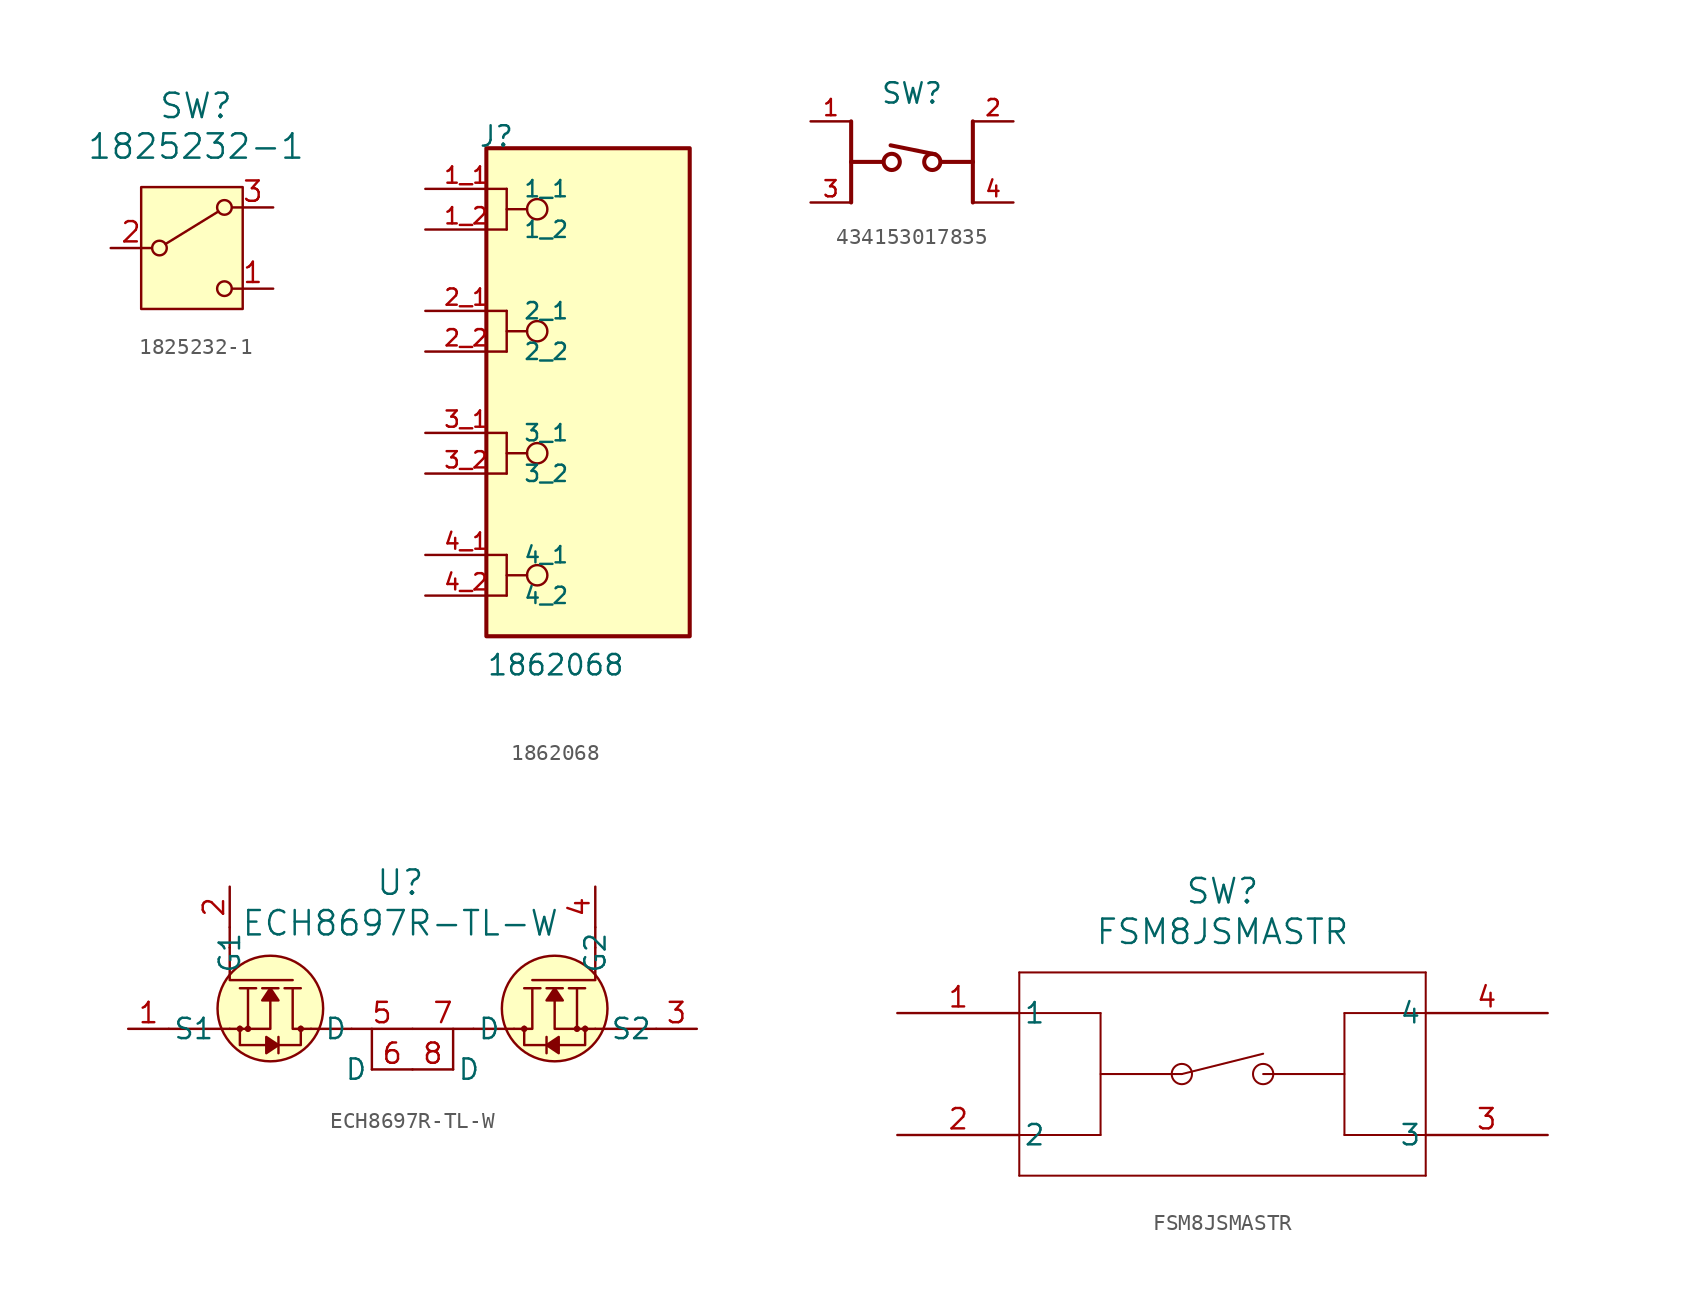
<source format=kicad_sym>
(kicad_symbol_lib
  (version 20241209)
  (generator "kicad_symbol_editor")
  (generator_version "9.0")
  (symbol "1825232-1"
    (pin_names
      (offset 0.254))
    (property "Reference" "SW"
      (at 5.334 8.89 0)
      (effects (font (size 1.524 1.524))))
    (property "Value" "1825232-1"
      (at 5.334 6.35 0)
      (effects (font (size 1.524 1.524))))
    (property "ki_locked" ""
      (at 0 0 0)
      (effects (font (size 1.27 1.27))))
    (symbol "1825232-1_0_1"
      (circle (center 3.048 0) (radius 0.457) (stroke (width 0) (type default)) (fill (type none)))
      (polyline (pts (xy 3.429 0.254) (xy 6.731 2.286)) (stroke (width 0) (type default)) (fill (type none)))
      (circle (center 7.112 2.54) (radius 0.457) (stroke (width 0) (type default)) (fill (type none)))
      (circle (center 7.112 -2.54) (radius 0.457) (stroke (width 0) (type default)) (fill (type none))))
    (symbol "1825232-1_1_1"
      (rectangle (start 1.905 3.81) (end 8.255 -3.81) (stroke (width 0) (type default)) (fill (type background)))
      (pin passive line (at 0 0 0) (length 2.54) (name "" (effects (font (size 1.27 1.27)))) (number "2" (effects (font (size 1.27 1.27)))))
      (pin passive line (at 10.16 2.54 180) (length 2.54) (name "" (effects (font (size 1.27 1.27)))) (number "3" (effects (font (size 1.27 1.27)))))
      (pin passive line (at 10.16 -2.54 180) (length 2.54) (name "" (effects (font (size 1.27 1.27)))) (number "1" (effects (font (size 1.27 1.27)))))))
  (symbol "1862068"
    (pin_names
      (offset 1.016))
    (property "Reference" "J"
      (at -6.85 15.24 0)
      (effects (font (size 1.27 1.27)) (justify left bottom)))
    (property "Value" "1862068"
      (at -6.35 -17.78 0)
      (effects (font (size 1.27 1.27)) (justify left bottom)))
    (symbol "1862068_0_0"
      (rectangle (start -6.35 -15.24) (end 6.35 15.24) (stroke (width 0.254) (type default)) (fill (type background)))
      (polyline (pts (xy -5.08 12.7) (xy -5.08 10.16)) (stroke (width 0.152) (type default)) (fill (type none)))
      (polyline (pts (xy -5.08 11.43) (xy -3.81 11.43)) (stroke (width 0.152) (type default)) (fill (type none)))
      (polyline (pts (xy -5.08 5.08) (xy -5.08 2.54)) (stroke (width 0.152) (type default)) (fill (type none)))
      (polyline (pts (xy -5.08 3.81) (xy -3.81 3.81)) (stroke (width 0.152) (type default)) (fill (type none)))
      (polyline (pts (xy -5.08 -2.54) (xy -5.08 -5.08)) (stroke (width 0.152) (type default)) (fill (type none)))
      (polyline (pts (xy -5.08 -3.81) (xy -3.81 -3.81)) (stroke (width 0.152) (type default)) (fill (type none)))
      (polyline (pts (xy -5.08 -10.16) (xy -5.08 -12.7)) (stroke (width 0.152) (type default)) (fill (type none)))
      (polyline (pts (xy -5.08 -11.43) (xy -3.81 -11.43)) (stroke (width 0.152) (type default)) (fill (type none)))
      (circle (center -3.175 11.43) (radius 0.635) (stroke (width 0.152) (type default)) (fill (type none)))
      (circle (center -3.175 3.81) (radius 0.635) (stroke (width 0.152) (type default)) (fill (type none)))
      (circle (center -3.175 -3.81) (radius 0.635) (stroke (width 0.152) (type default)) (fill (type none)))
      (circle (center -3.175 -11.43) (radius 0.635) (stroke (width 0.152) (type default)) (fill (type none)))
      (pin passive line (at -10.16 12.7 0) (length 5.08) (name "1_1" (effects (font (size 1.016 1.016)))) (number "1_1" (effects (font (size 1.016 1.016)))))
      (pin passive line (at -10.16 10.16 0) (length 5.08) (name "1_2" (effects (font (size 1.016 1.016)))) (number "1_2" (effects (font (size 1.016 1.016)))))
      (pin passive line (at -10.16 5.08 0) (length 5.08) (name "2_1" (effects (font (size 1.016 1.016)))) (number "2_1" (effects (font (size 1.016 1.016)))))
      (pin passive line (at -10.16 2.54 0) (length 5.08) (name "2_2" (effects (font (size 1.016 1.016)))) (number "2_2" (effects (font (size 1.016 1.016)))))
      (pin passive line (at -10.16 -2.54 0) (length 5.08) (name "3_1" (effects (font (size 1.016 1.016)))) (number "3_1" (effects (font (size 1.016 1.016)))))
      (pin passive line (at -10.16 -5.08 0) (length 5.08) (name "3_2" (effects (font (size 1.016 1.016)))) (number "3_2" (effects (font (size 1.016 1.016)))))
      (pin passive line (at -10.16 -10.16 0) (length 5.08) (name "4_1" (effects (font (size 1.016 1.016)))) (number "4_1" (effects (font (size 1.016 1.016)))))
      (pin passive line (at -10.16 -12.7 0) (length 5.08) (name "4_2" (effects (font (size 1.016 1.016)))) (number "4_2" (effects (font (size 1.016 1.016)))))))
  (symbol "434153017835"
    (pin_names
      (offset 1.016))
    (property "Reference" "SW"
      (at 6.35 1.016 0)
      (effects (font (size 1.27 1.27)) (justify bottom)))
    (symbol "434153017835_0_0"
      (polyline (pts (xy 2.54 0) (xy 2.54 -2.54)) (stroke (width 0.254) (type default)) (fill (type none)))
      (polyline (pts (xy 2.54 -2.54) (xy 2.54 -5.08)) (stroke (width 0.254) (type default)) (fill (type none)))
      (polyline (pts (xy 4.545 -2.54) (xy 2.54 -2.54)) (stroke (width 0.254) (type default)) (fill (type none)))
      (circle (center 5.08 -2.54) (radius 0.508) (stroke (width 0.254) (type default)) (fill (type none)))
      (circle (center 7.62 -2.54) (radius 0.508) (stroke (width 0.254) (type default)) (fill (type none)))
      (polyline (pts (xy 7.82 -2.07) (xy 5.01 -1.5)) (stroke (width 0.254) (type default)) (fill (type none)))
      (polyline (pts (xy 8.155 -2.54) (xy 10.16 -2.54)) (stroke (width 0.254) (type default)) (fill (type none)))
      (polyline (pts (xy 10.16 0) (xy 10.16 -2.54)) (stroke (width 0.254) (type default)) (fill (type none)))
      (polyline (pts (xy 10.16 -2.54) (xy 10.16 -5.08)) (stroke (width 0.254) (type default)) (fill (type none)))
      (pin passive line (at 0 0 0) (length 2.54) (name "~" (effects (font (size 1.016 1.016)))) (number "1" (effects (font (size 1.016 1.016)))))
      (pin passive line (at 0 -5.08 0) (length 2.54) (name "~" (effects (font (size 1.016 1.016)))) (number "3" (effects (font (size 1.016 1.016)))))
      (pin passive line (at 12.7 0 180) (length 2.54) (name "~" (effects (font (size 1.016 1.016)))) (number "2" (effects (font (size 1.016 1.016)))))
      (pin passive line (at 12.7 -5.08 180) (length 2.54) (name "~" (effects (font (size 1.016 1.016)))) (number "4" (effects (font (size 1.016 1.016)))))))
  (symbol "ECH8697R-TL-W"
    (pin_names
      (offset 0.254))
    (property "Reference" "U"
      (at 17.018 9.144 0)
      (effects (font (size 1.524 1.524))))
    (property "Value" "ECH8697R-TL-W"
      (at 17.018 6.604 0)
      (effects (font (size 1.524 1.524))))
    (property "ki_locked" ""
      (at 0 0 0)
      (effects (font (size 1.27 1.27))))
    (symbol "ECH8697R-TL-W_0_1"
      (polyline (pts (xy 2.54 0) (xy 6.35 0)) (stroke (width 0) (type default)) (fill (type none)))
      (polyline (pts (xy 6.35 6.35) (xy 6.35 5.08)) (stroke (width 0) (type default)) (fill (type none)))
      (polyline (pts (xy 6.35 5.08) (xy 6.35 3.048) (xy 10.287 3.048)) (stroke (width 0) (type solid)) (fill (type none)))
      (polyline (pts (xy 6.35 0) (xy 8.89 0) (xy 8.89 2.54)) (stroke (width 0) (type solid)) (fill (type none)))
      (polyline (pts (xy 6.985 0.127) (xy 6.985 -1.016) (xy 10.287 -1.016) (xy 10.795 -1.016) (xy 10.795 0.127)) (stroke (width 0) (type solid)) (fill (type none)))
      (circle (center 6.985 0) (radius 0.127) (stroke (width 0) (type solid)) (fill (type none)))
      (polyline (pts (xy 7.493 0) (xy 7.493 2.54)) (stroke (width 0) (type solid)) (fill (type none)))
      (circle (center 7.493 0) (radius 0.127) (stroke (width 0) (type solid)) (fill (type none)))
      (circle (center 8.89 1.27) (radius 3.302) (stroke (width 0) (type solid)) (fill (type background)))
      (circle (center 10.795 0) (radius 0.127) (stroke (width 0) (type solid)) (fill (type none)))
      (polyline (pts (xy 11.43 0) (xy 13.97 0)) (stroke (width 0) (type default)) (fill (type none)))
      (polyline (pts (xy 11.43 0) (xy 10.287 0) (xy 10.287 2.54)) (stroke (width 0) (type solid)) (fill (type none)))
      (polyline (pts (xy 15.24 -2.54) (xy 15.24 0)) (stroke (width 0) (type default)) (fill (type none)))
      (polyline (pts (xy 20.32 -2.54) (xy 20.32 0)) (stroke (width 0) (type default)) (fill (type none)))
      (polyline (pts (xy 24.13 0) (xy 21.59 0)) (stroke (width 0) (type default)) (fill (type none)))
      (polyline (pts (xy 24.13 0) (xy 25.273 0) (xy 25.273 2.54)) (stroke (width 0) (type solid)) (fill (type none)))
      (circle (center 24.765 0) (radius 0.127) (stroke (width 0) (type solid)) (fill (type none)))
      (circle (center 26.67 1.27) (radius 3.302) (stroke (width 0) (type solid)) (fill (type background)))
      (polyline (pts (xy 28.067 0) (xy 28.067 2.54)) (stroke (width 0) (type solid)) (fill (type none)))
      (circle (center 28.067 0) (radius 0.127) (stroke (width 0) (type solid)) (fill (type none)))
      (polyline (pts (xy 28.575 0.127) (xy 28.575 -1.016) (xy 25.273 -1.016) (xy 24.765 -1.016) (xy 24.765 0.127)) (stroke (width 0) (type solid)) (fill (type none)))
      (circle (center 28.575 0) (radius 0.127) (stroke (width 0) (type solid)) (fill (type none)))
      (polyline (pts (xy 29.21 6.35) (xy 29.21 5.08)) (stroke (width 0) (type default)) (fill (type none)))
      (polyline (pts (xy 29.21 5.08) (xy 29.21 3.048) (xy 25.273 3.048)) (stroke (width 0) (type solid)) (fill (type none)))
      (polyline (pts (xy 29.21 0) (xy 26.67 0) (xy 26.67 2.54)) (stroke (width 0) (type solid)) (fill (type none)))
      (polyline (pts (xy 33.02 0) (xy 29.21 0)) (stroke (width 0) (type default)) (fill (type none))))
    (symbol "ECH8697R-TL-W_1_1"
      (polyline (pts (xy 7.493 2.54) (xy 6.985 2.54)) (stroke (width 0) (type solid)) (fill (type none)))
      (polyline (pts (xy 7.493 2.54) (xy 8.001 2.54)) (stroke (width 0) (type solid)) (fill (type none)))
      (polyline (pts (xy 8.89 2.54) (xy 8.382 2.54)) (stroke (width 0) (type solid)) (fill (type none)))
      (polyline (pts (xy 8.89 2.54) (xy 9.398 2.54)) (stroke (width 0) (type solid)) (fill (type none)))
      (polyline (pts (xy 8.89 2.54) (xy 9.398 1.778) (xy 8.382 1.778) (xy 8.89 2.54)) (stroke (width 0) (type solid)) (fill (type outline)))
      (polyline (pts (xy 9.398 -1.016) (xy 8.636 -0.508) (xy 8.636 -1.524) (xy 9.398 -1.016)) (stroke (width 0) (type solid)) (fill (type outline)))
      (polyline (pts (xy 9.398 -1.524) (xy 9.398 -0.508)) (stroke (width 0) (type solid)) (fill (type none)))
      (polyline (pts (xy 10.795 2.54) (xy 9.779 2.54)) (stroke (width 0) (type solid)) (fill (type none)))
      (polyline (pts (xy 24.765 2.54) (xy 25.781 2.54)) (stroke (width 0) (type solid)) (fill (type none)))
      (polyline (pts (xy 26.162 -1.016) (xy 26.924 -0.508) (xy 26.924 -1.524) (xy 26.162 -1.016)) (stroke (width 0) (type solid)) (fill (type outline)))
      (polyline (pts (xy 26.162 -1.524) (xy 26.162 -0.508)) (stroke (width 0) (type solid)) (fill (type none)))
      (polyline (pts (xy 26.67 2.54) (xy 26.162 2.54)) (stroke (width 0) (type solid)) (fill (type none)))
      (polyline (pts (xy 26.67 2.54) (xy 27.178 2.54)) (stroke (width 0) (type solid)) (fill (type none)))
      (polyline (pts (xy 26.67 2.54) (xy 26.162 1.778) (xy 27.178 1.778) (xy 26.67 2.54)) (stroke (width 0) (type solid)) (fill (type outline)))
      (polyline (pts (xy 28.067 2.54) (xy 27.559 2.54)) (stroke (width 0) (type solid)) (fill (type none)))
      (polyline (pts (xy 28.067 2.54) (xy 28.575 2.54)) (stroke (width 0) (type solid)) (fill (type none)))
      (pin bidirectional line (at 0 0 0) (length 2.54) (name "S1" (effects (font (size 1.27 1.27)))) (number "1" (effects (font (size 1.27 1.27)))))
      (pin bidirectional line (at 6.35 8.89 270) (length 2.54) (name "G1" (effects (font (size 1.27 1.27)))) (number "2" (effects (font (size 1.27 1.27)))))
      (pin bidirectional line (at 17.78 0 180) (length 3.81) (name "D" (effects (font (size 1.27 1.27)))) (number "5" (effects (font (size 1.27 1.27)))))
      (pin bidirectional line (at 17.78 0 0) (length 3.81) (name "D" (effects (font (size 1.27 1.27)))) (number "7" (effects (font (size 1.27 1.27)))))
      (pin bidirectional line (at 17.78 -2.54 180) (length 2.54) (name "D" (effects (font (size 1.27 1.27)))) (number "6" (effects (font (size 1.27 1.27)))))
      (pin bidirectional line (at 17.78 -2.54 0) (length 2.54) (name "D" (effects (font (size 1.27 1.27)))) (number "8" (effects (font (size 1.27 1.27)))))
      (pin bidirectional line (at 29.21 8.89 270) (length 2.54) (name "G2" (effects (font (size 1.27 1.27)))) (number "4" (effects (font (size 1.27 1.27)))))
      (pin bidirectional line (at 35.56 0 180) (length 2.54) (name "S2" (effects (font (size 1.27 1.27)))) (number "3" (effects (font (size 1.27 1.27)))))))
  (symbol "FSM8JSMASTR"
    (pin_names
      (offset 0.254))
    (property "Reference" "SW"
      (at 20.32 7.62 0)
      (effects (font (size 1.524 1.524))))
    (property "Value" "FSM8JSMASTR"
      (at 20.32 5.08 0)
      (effects (font (size 1.524 1.524))))
    (property "ki_locked" ""
      (at 0 0 0)
      (effects (font (size 1.27 1.27))))
    (symbol "FSM8JSMASTR_0_1"
      (polyline (pts (xy 7.62 2.54) (xy 7.62 -10.16)) (stroke (width 0.127) (type default)) (fill (type none)))
      (polyline (pts (xy 7.62 0) (xy 12.7 0)) (stroke (width 0.127) (type default)) (fill (type none)))
      (polyline (pts (xy 7.62 -7.62) (xy 12.7 -7.62)) (stroke (width 0.127) (type default)) (fill (type none)))
      (polyline (pts (xy 7.62 -10.16) (xy 33.02 -10.16)) (stroke (width 0.127) (type default)) (fill (type none)))
      (polyline (pts (xy 12.7 -3.81) (xy 17.78 -3.81)) (stroke (width 0.127) (type default)) (fill (type none)))
      (polyline (pts (xy 12.7 -7.62) (xy 12.7 0)) (stroke (width 0.127) (type default)) (fill (type none)))
      (polyline (pts (xy 17.78 -3.81) (xy 22.86 -2.54)) (stroke (width 0.127) (type default)) (fill (type none)))
      (circle (center 17.78 -3.81) (radius 0.635) (stroke (width 0.127) (type default)) (fill (type none)))
      (polyline (pts (xy 22.86 -3.81) (xy 27.94 -3.81)) (stroke (width 0.127) (type default)) (fill (type none)))
      (circle (center 22.86 -3.81) (radius 0.635) (stroke (width 0.127) (type default)) (fill (type none)))
      (polyline (pts (xy 27.94 0) (xy 27.94 -7.62)) (stroke (width 0.127) (type default)) (fill (type none)))
      (polyline (pts (xy 27.94 0) (xy 33.02 0)) (stroke (width 0.127) (type default)) (fill (type none)))
      (polyline (pts (xy 27.94 -7.62) (xy 33.02 -7.62)) (stroke (width 0.127) (type default)) (fill (type none)))
      (polyline (pts (xy 33.02 2.54) (xy 7.62 2.54)) (stroke (width 0.127) (type default)) (fill (type none)))
      (polyline (pts (xy 33.02 -10.16) (xy 33.02 2.54)) (stroke (width 0.127) (type default)) (fill (type none)))
      (pin unspecified line (at 0 0 0) (length 7.62) (name "1" (effects (font (size 1.27 1.27)))) (number "1" (effects (font (size 1.27 1.27)))))
      (pin unspecified line (at 0 -7.62 0) (length 7.62) (name "2" (effects (font (size 1.27 1.27)))) (number "2" (effects (font (size 1.27 1.27)))))
      (pin unspecified line (at 40.64 0 180) (length 7.62) (name "4" (effects (font (size 1.27 1.27)))) (number "4" (effects (font (size 1.27 1.27)))))
      (pin unspecified line (at 40.64 -7.62 180) (length 7.62) (name "3" (effects (font (size 1.27 1.27)))) (number "3" (effects (font (size 1.27 1.27))))))))
</source>
